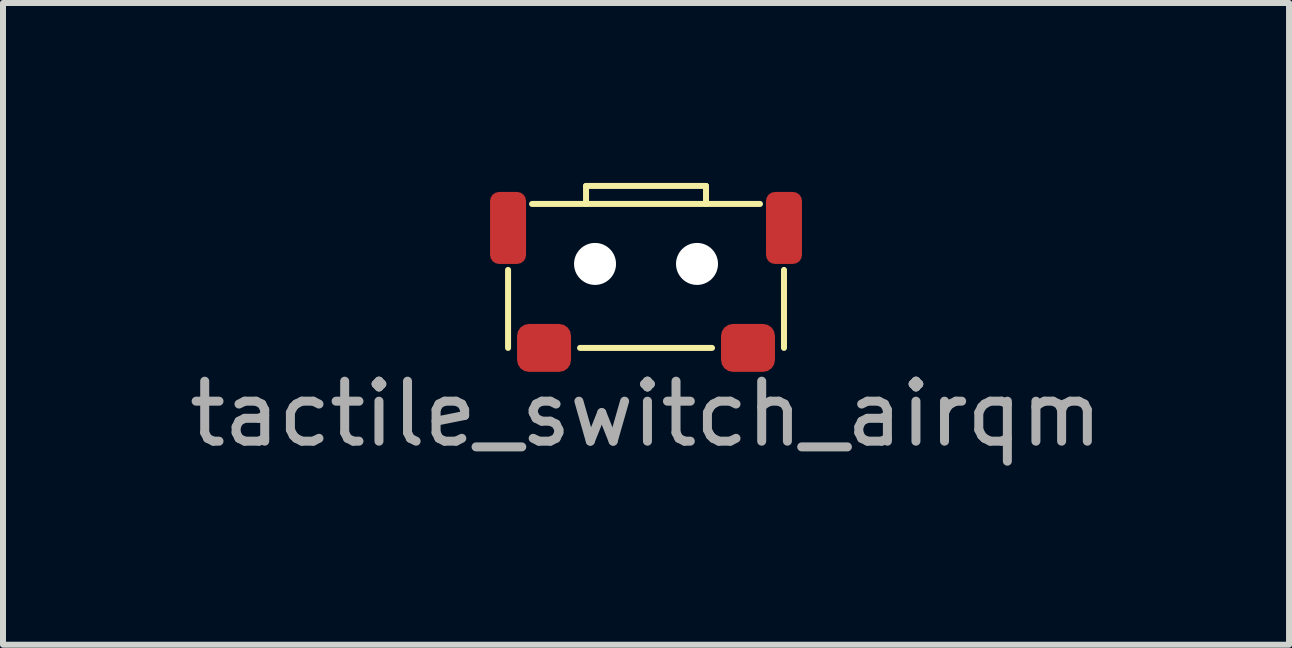
<source format=kicad_pcb>
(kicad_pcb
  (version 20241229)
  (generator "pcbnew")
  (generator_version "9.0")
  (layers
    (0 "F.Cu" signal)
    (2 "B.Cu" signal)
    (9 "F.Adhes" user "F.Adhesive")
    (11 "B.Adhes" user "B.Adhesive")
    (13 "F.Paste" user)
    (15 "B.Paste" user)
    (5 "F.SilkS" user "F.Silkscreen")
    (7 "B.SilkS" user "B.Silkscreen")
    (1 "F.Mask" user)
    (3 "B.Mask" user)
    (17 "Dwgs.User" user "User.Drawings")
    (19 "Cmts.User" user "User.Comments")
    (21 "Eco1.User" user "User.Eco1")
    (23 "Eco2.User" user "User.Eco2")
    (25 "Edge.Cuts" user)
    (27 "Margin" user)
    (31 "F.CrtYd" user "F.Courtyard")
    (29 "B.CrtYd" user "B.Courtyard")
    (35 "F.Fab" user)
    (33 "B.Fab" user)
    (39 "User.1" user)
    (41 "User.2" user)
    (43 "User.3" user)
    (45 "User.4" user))
  (footprint "tactile_switch_airqm"
    (layer "F.Cu")
    (at 7.72 1.35)
    (property "Reference" "tactile_switch_airqm" (at 0 2.5 0) (unlocked yes) (layer "F.SilkS") (effects (font (size 1 1) (thickness 0.1))))
    (attr smd)
    (fp_line (start -2.3 0.1) (end -2.3 1.4) (stroke (width 0.1) (type default)) (layer "F.SilkS"))
    (fp_line (start -1.1 1.4) (end 1.1 1.4) (stroke (width 0.1) (type default)) (layer "F.SilkS"))
    (fp_line (start -1 -1.3) (end 1 -1.3) (stroke (width 0.1) (type default)) (layer "F.SilkS"))
    (fp_line (start -1 -1) (end -1 -1.3) (stroke (width 0.1) (type default)) (layer "F.SilkS"))
    (fp_line (start 1 -1.3) (end 1 -1) (stroke (width 0.1) (type default)) (layer "F.SilkS"))
    (fp_line (start 1.9 -1) (end -1.9 -1) (stroke (width 0.1) (type default)) (layer "F.SilkS"))
    (fp_line (start 2.3 0.1) (end 2.3 1.4) (stroke (width 0.1) (type default)) (layer "F.SilkS"))
    (fp_text user "${REFERENCE}" (at 0 2.5 0) (unlocked yes) (layer "F.Fab") (effects (font (size 1 1) (thickness 0.15))))
    (pad "" smd roundrect (at -2.3 -0.6) (size 0.6 1.2) (layers "F.Cu" "F.Mask" "F.Paste") (roundrect_rratio 0.25))
    (pad "" np_thru_hole circle (at -0.85 0) (size 0.7 0.7) (drill 0.7) (layers "*.Cu" "*.Mask"))
    (pad "" np_thru_hole circle (at 0.85 0) (size 0.7 0.7) (drill 0.7) (layers "*.Cu" "*.Mask"))
    (pad "" smd roundrect (at 2.3 -0.6) (size 0.6 1.2) (layers "F.Cu" "F.Mask" "F.Paste") (roundrect_rratio 0.25))
    (pad "1" smd roundrect (at -1.7 1.4) (size 0.9 0.8) (layers "F.Cu" "F.Mask" "F.Paste") (roundrect_rratio 0.25))
    (pad "2" smd roundrect (at 1.7 1.4) (size 0.9 0.8) (layers "F.Cu" "F.Mask" "F.Paste") (roundrect_rratio 0.25)))
  (gr_rect
    (start -3 -3)
    (end 18.44 7.698)
    (stroke (width 0.1) (type default))
    (fill no)
    (layer "Edge.Cuts")))
</source>
